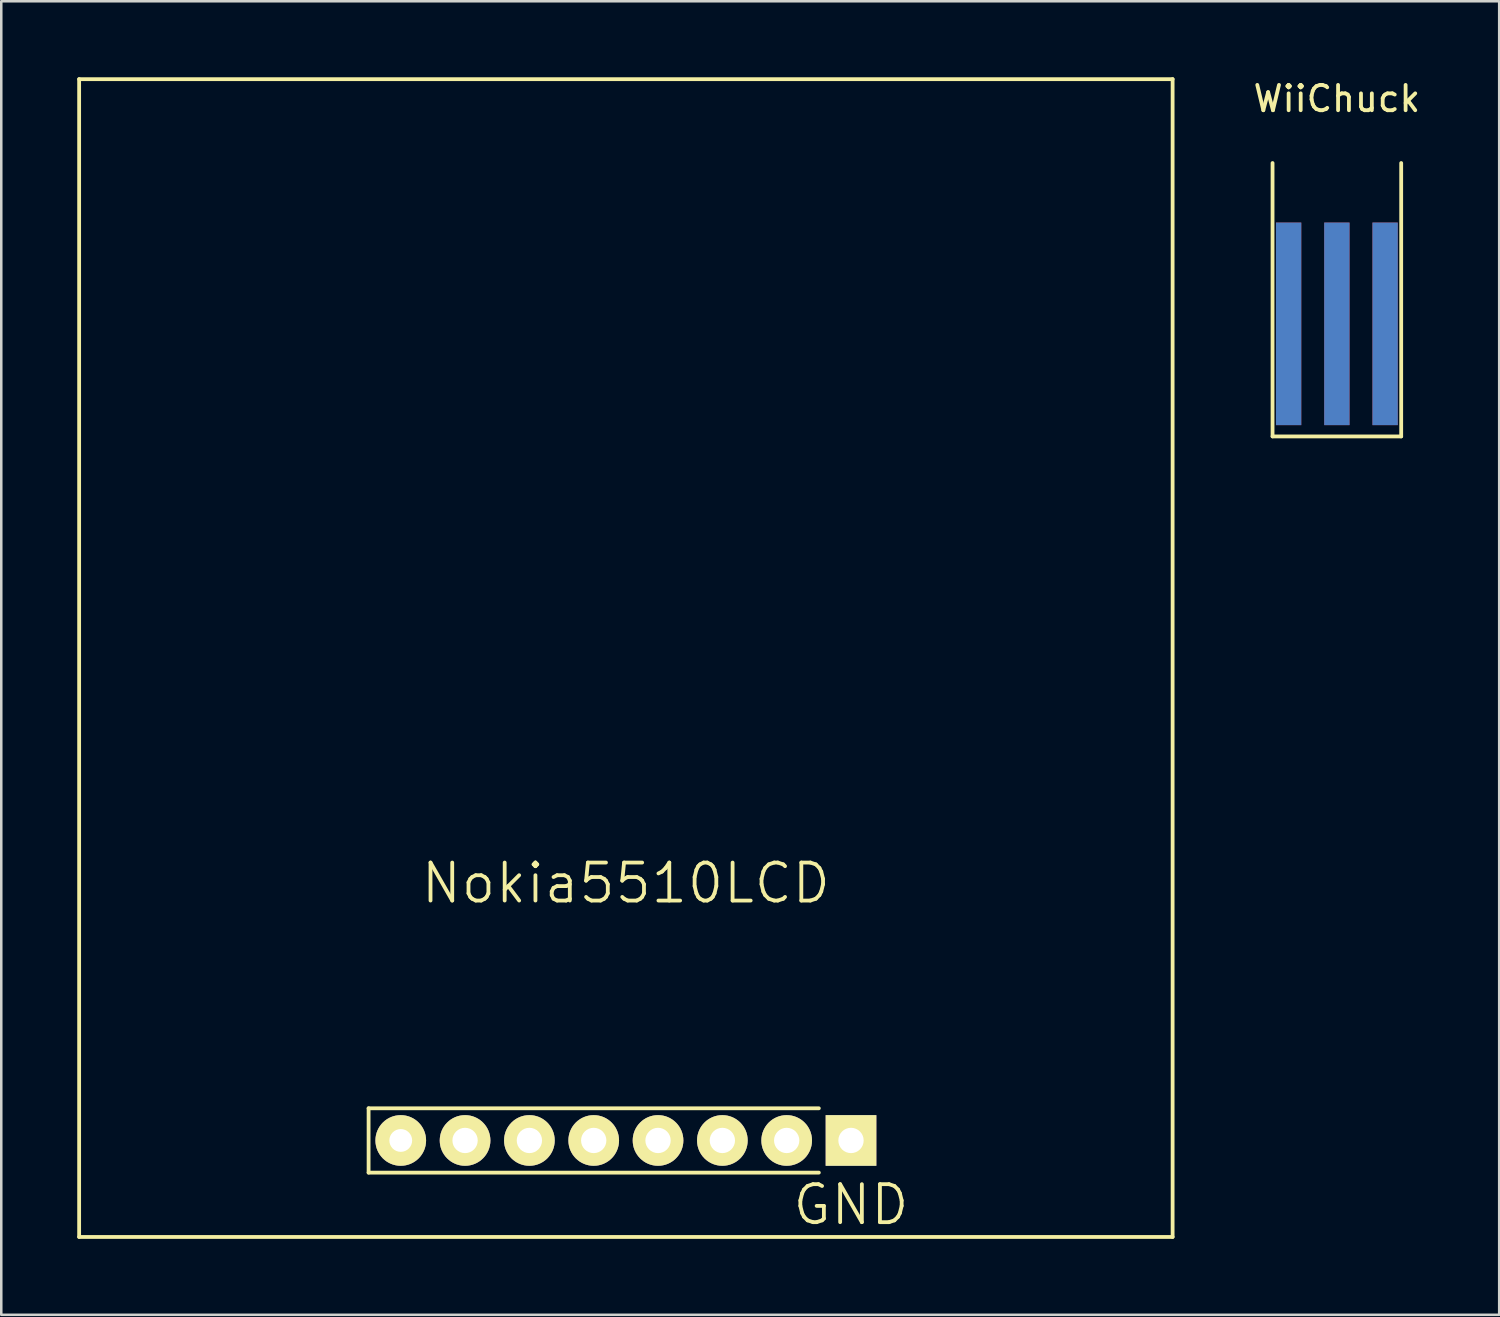
<source format=kicad_pcb>
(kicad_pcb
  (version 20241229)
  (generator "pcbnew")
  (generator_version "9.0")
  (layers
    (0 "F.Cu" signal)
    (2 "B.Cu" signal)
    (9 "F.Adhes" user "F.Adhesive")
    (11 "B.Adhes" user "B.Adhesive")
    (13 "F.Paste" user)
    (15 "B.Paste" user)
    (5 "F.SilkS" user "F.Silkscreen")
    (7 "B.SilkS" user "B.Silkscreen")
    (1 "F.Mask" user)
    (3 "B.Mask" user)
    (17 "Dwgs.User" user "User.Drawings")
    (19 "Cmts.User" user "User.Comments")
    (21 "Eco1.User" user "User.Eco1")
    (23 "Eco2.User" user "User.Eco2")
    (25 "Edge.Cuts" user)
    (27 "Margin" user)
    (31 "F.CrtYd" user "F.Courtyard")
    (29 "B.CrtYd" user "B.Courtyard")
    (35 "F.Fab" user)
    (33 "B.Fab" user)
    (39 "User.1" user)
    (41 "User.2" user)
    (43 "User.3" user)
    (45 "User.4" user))
  (footprint "Nokia5510LCD"
    (layer "F.Cu")
    (at 21.665 39.445)
    (property "Reference" "Nokia5510LCD" (at 0 -7.62 0) (layer "F.SilkS") (effects (font (size 1.5 1.5) (thickness 0.15))))
    (attr through_hole)
    (fp_line (start -21.59 -39.37) (end -21.59 6.35) (stroke (width 0.15) (type solid)) (layer "F.SilkS"))
    (fp_line (start -21.59 6.35) (end 21.59 6.35) (stroke (width 0.15) (type solid)) (layer "F.SilkS"))
    (fp_line (start -10.16 1.27) (end -10.16 3.81) (stroke (width 0.15) (type solid)) (layer "F.SilkS"))
    (fp_line (start -10.16 1.27) (end 7.62 1.27) (stroke (width 0.15) (type solid)) (layer "F.SilkS"))
    (fp_line (start -10.16 3.81) (end 7.62 3.81) (stroke (width 0.15) (type solid)) (layer "F.SilkS"))
    (fp_line (start 21.59 -39.37) (end -21.59 -39.37) (stroke (width 0.15) (type solid)) (layer "F.SilkS"))
    (fp_line (start 21.59 6.35) (end 21.59 -39.37) (stroke (width 0.15) (type solid)) (layer "F.SilkS"))
    (fp_text user "GND" (at 8.89 5.08 0) (layer "F.SilkS") (effects (font (size 1.5 1.5) (thickness 0.15))))
    (pad "1" thru_hole circle (at -8.89 2.54) (size 2 2) (drill 0.9) (layers "*.Cu" "*.Mask" "F.SilkS"))
    (pad "2" thru_hole circle (at -6.35 2.54) (size 2 2) (drill 1) (layers "*.Cu" "*.Mask" "F.SilkS"))
    (pad "3" thru_hole circle (at -3.81 2.54) (size 2 2) (drill 1) (layers "*.Cu" "*.Mask" "F.SilkS"))
    (pad "4" thru_hole circle (at -1.27 2.54) (size 2 2) (drill 1) (layers "*.Cu" "*.Mask" "F.SilkS"))
    (pad "5" thru_hole circle (at 1.27 2.54) (size 2 2) (drill 1) (layers "*.Cu" "*.Mask" "F.SilkS"))
    (pad "6" thru_hole circle (at 3.81 2.54) (size 2 2) (drill 1) (layers "*.Cu" "*.Mask" "F.SilkS"))
    (pad "7" thru_hole circle (at 6.35 2.54) (size 2 2) (drill 1) (layers "*.Cu" "*.Mask" "F.SilkS"))
    (pad "8" thru_hole rect (at 8.89 2.54) (size 2 2) (drill 1) (layers "*.Cu" "*.Mask" "F.SilkS")))
  (footprint "WiiChuck"
    (layer "F.Cu")
    (at 49.741 3.388)
    (property "Reference" "WiiChuck" (at 0 -2.54 0) (layer "F.SilkS") (effects (font (size 1 1) (thickness 0.15))))
    (attr through_hole)
    (fp_line (start -2.54 10.795) (end -2.54 0) (stroke (width 0.15) (type solid)) (layer "F.SilkS"))
    (fp_line (start -2.54 10.795) (end 2.54 10.795) (stroke (width 0.15) (type solid)) (layer "F.SilkS"))
    (fp_line (start 2.54 10.795) (end 2.54 0) (stroke (width 0.15) (type solid)) (layer "F.SilkS"))
    (pad "1" smd rect (at -1.905 6.35) (size 1 8) (layers "F.Cu" "F.Mask" "F.Paste"))
    (pad "2" smd rect (at 0 6.35) (size 1 8) (layers "F.Cu" "F.Mask" "F.Paste"))
    (pad "3" smd rect (at 1.905 6.35) (size 1 8) (layers "F.Cu" "F.Mask" "F.Paste"))
    (pad "4" smd rect (at -1.905 6.35) (size 1 8) (layers "F.Mask" "B.Cu" "F.Paste"))
    (pad "5" smd rect (at 0 6.35) (size 1 8) (layers "F.Mask" "B.Cu" "F.Paste"))
    (pad "6" smd rect (at 1.905 6.35) (size 1 8) (layers "F.Mask" "B.Cu" "F.Paste")))
  (gr_rect
    (start -3 -3)
    (end 56.151 48.87)
    (stroke (width 0.1) (type default))
    (fill no)
    (layer "Edge.Cuts")))
</source>
